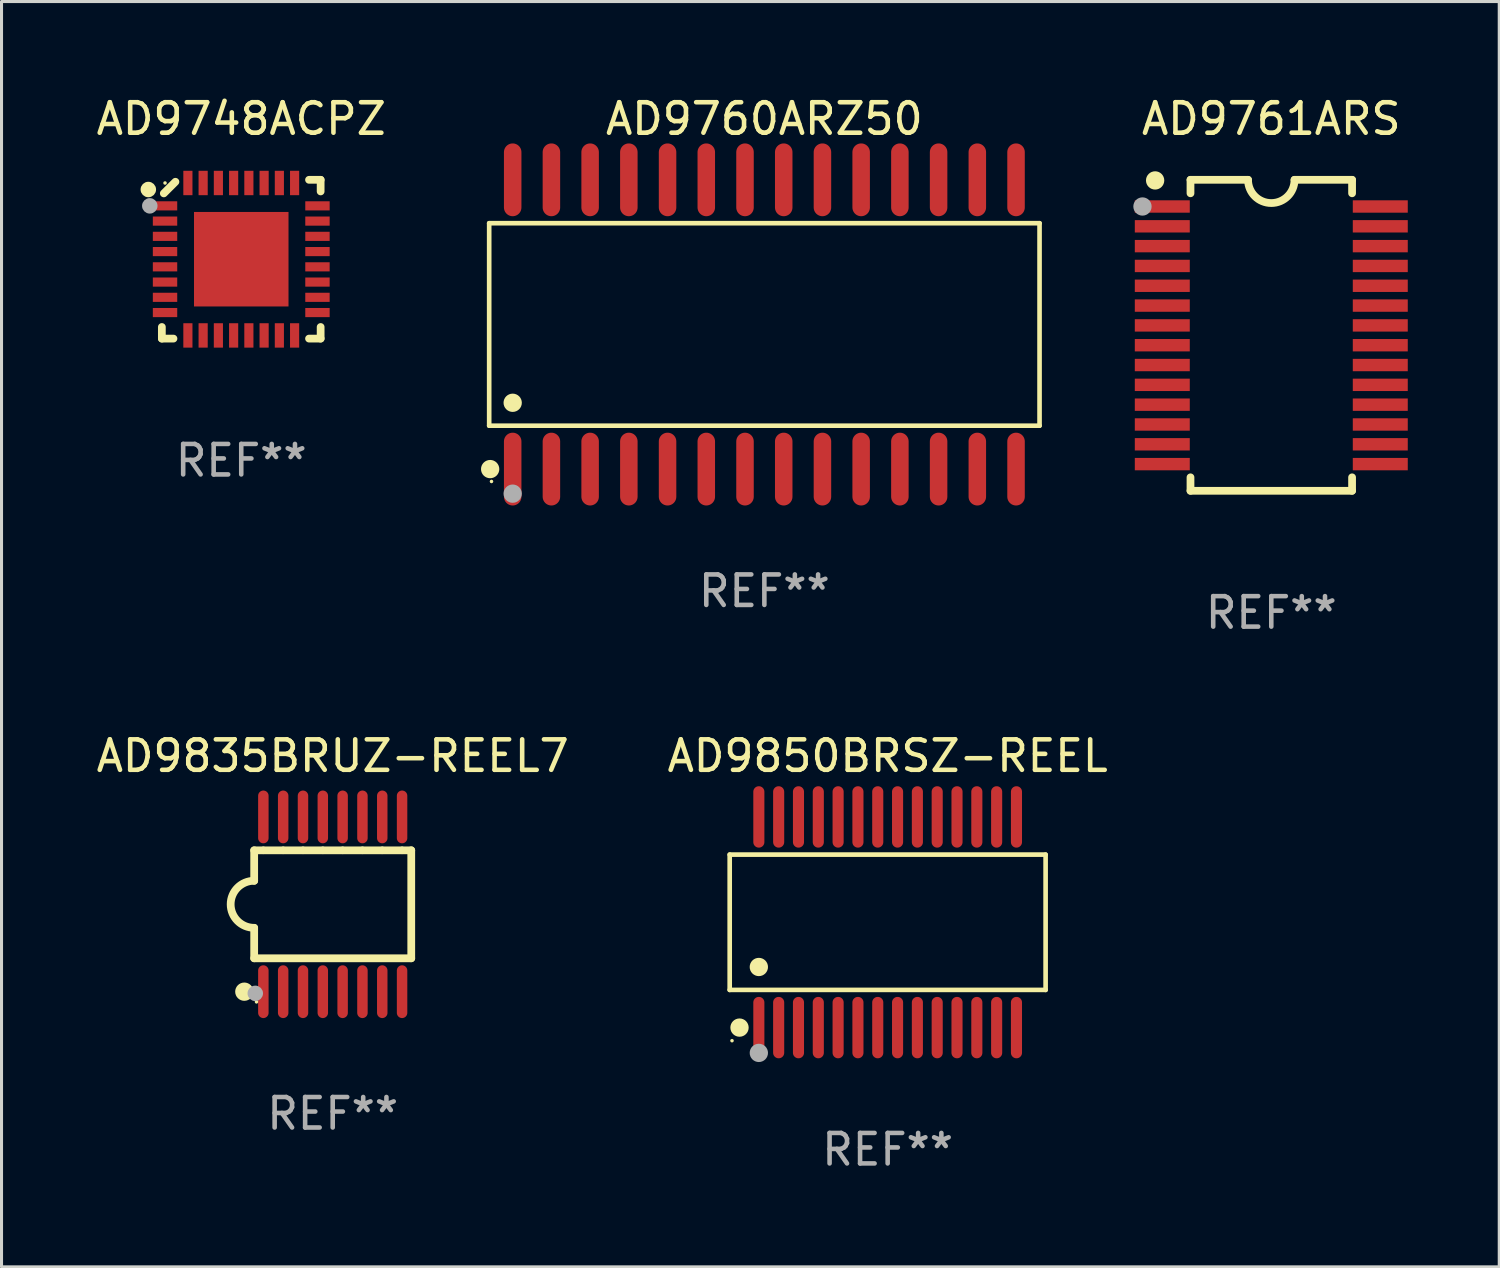
<source format=kicad_pcb>
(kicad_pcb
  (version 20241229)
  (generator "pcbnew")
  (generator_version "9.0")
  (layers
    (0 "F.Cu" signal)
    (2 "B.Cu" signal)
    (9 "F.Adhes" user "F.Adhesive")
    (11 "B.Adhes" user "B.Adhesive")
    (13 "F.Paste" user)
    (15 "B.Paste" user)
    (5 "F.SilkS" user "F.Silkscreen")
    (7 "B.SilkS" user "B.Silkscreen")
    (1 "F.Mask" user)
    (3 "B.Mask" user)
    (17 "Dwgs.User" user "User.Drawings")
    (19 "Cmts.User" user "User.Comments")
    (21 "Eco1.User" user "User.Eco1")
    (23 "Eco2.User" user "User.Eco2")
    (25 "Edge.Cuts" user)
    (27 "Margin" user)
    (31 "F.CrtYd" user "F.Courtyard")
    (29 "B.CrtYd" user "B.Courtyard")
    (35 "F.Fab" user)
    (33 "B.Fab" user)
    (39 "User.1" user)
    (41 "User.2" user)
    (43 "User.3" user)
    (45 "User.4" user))
  (footprint "AD9760ARZ50"
    (layer "F.Cu")
    (at 22.021 7.592)
    (property "Reference" "AD9760ARZ50" (at 0 -6.744 0) (layer "F.SilkS") (effects (font (size 1 1) (thickness 0.15))))
    (attr through_hole)
    (fp_line (start -9.026 -3.321) (end 9.026 -3.321) (stroke (width 0.152) (type solid)) (layer "F.SilkS"))
    (fp_line (start -9.026 3.321) (end -9.026 -3.321) (stroke (width 0.152) (type solid)) (layer "F.SilkS"))
    (fp_line (start 9.026 -3.321) (end 9.026 3.321) (stroke (width 0.152) (type solid)) (layer "F.SilkS"))
    (fp_line (start 9.026 3.321) (end -9.026 3.321) (stroke (width 0.152) (type solid)) (layer "F.SilkS"))
    (fp_circle (center -8.994 4.744) (end -8.844 4.744) (stroke (width 0.3) (type solid)) (fill no) (layer "F.SilkS"))
    (fp_circle (center -8.95 5.15) (end -8.92 5.15) (stroke (width 0.06) (type solid)) (fill no) (layer "F.SilkS"))
    (fp_circle (center -8.255 2.569) (end -8.105 2.569) (stroke (width 0.3) (type solid)) (fill no) (layer "F.SilkS"))
    (fp_circle (center -8.255 5.55) (end -8.105 5.55) (stroke (width 0.3) (type solid)) (fill no) (layer "F.Fab"))
    (fp_text user "REF**" (at 0 8.744 0) (layer "F.Fab") (effects (font (size 1 1) (thickness 0.15))))
    (pad "1" smd oval (at -8.255 4.744) (size 0.574 2.388) (layers "F.Cu" "F.Mask" "F.Paste"))
    (pad "2" smd oval (at -6.985 4.744) (size 0.574 2.388) (layers "F.Cu" "F.Mask" "F.Paste"))
    (pad "3" smd oval (at -5.715 4.744) (size 0.574 2.388) (layers "F.Cu" "F.Mask" "F.Paste"))
    (pad "4" smd oval (at -4.445 4.744) (size 0.574 2.388) (layers "F.Cu" "F.Mask" "F.Paste"))
    (pad "5" smd oval (at -3.175 4.744) (size 0.574 2.388) (layers "F.Cu" "F.Mask" "F.Paste"))
    (pad "6" smd oval (at -1.905 4.744) (size 0.574 2.388) (layers "F.Cu" "F.Mask" "F.Paste"))
    (pad "7" smd oval (at -0.635 4.744) (size 0.574 2.388) (layers "F.Cu" "F.Mask" "F.Paste"))
    (pad "8" smd oval (at 0.635 4.744) (size 0.574 2.388) (layers "F.Cu" "F.Mask" "F.Paste"))
    (pad "9" smd oval (at 1.905 4.744) (size 0.574 2.388) (layers "F.Cu" "F.Mask" "F.Paste"))
    (pad "10" smd oval (at 3.175 4.744) (size 0.574 2.388) (layers "F.Cu" "F.Mask" "F.Paste"))
    (pad "11" smd oval (at 4.445 4.744) (size 0.574 2.388) (layers "F.Cu" "F.Mask" "F.Paste"))
    (pad "12" smd oval (at 5.715 4.744) (size 0.574 2.388) (layers "F.Cu" "F.Mask" "F.Paste"))
    (pad "13" smd oval (at 6.985 4.744) (size 0.574 2.388) (layers "F.Cu" "F.Mask" "F.Paste"))
    (pad "14" smd oval (at 8.255 4.744) (size 0.574 2.388) (layers "F.Cu" "F.Mask" "F.Paste"))
    (pad "15" smd oval (at 8.255 -4.744) (size 0.574 2.388) (layers "F.Cu" "F.Mask" "F.Paste"))
    (pad "16" smd oval (at 6.985 -4.744) (size 0.574 2.388) (layers "F.Cu" "F.Mask" "F.Paste"))
    (pad "17" smd oval (at 5.715 -4.744) (size 0.574 2.388) (layers "F.Cu" "F.Mask" "F.Paste"))
    (pad "18" smd oval (at 4.445 -4.744) (size 0.574 2.388) (layers "F.Cu" "F.Mask" "F.Paste"))
    (pad "19" smd oval (at 3.175 -4.744) (size 0.574 2.388) (layers "F.Cu" "F.Mask" "F.Paste"))
    (pad "20" smd oval (at 1.905 -4.744) (size 0.574 2.388) (layers "F.Cu" "F.Mask" "F.Paste"))
    (pad "21" smd oval (at 0.635 -4.744) (size 0.574 2.388) (layers "F.Cu" "F.Mask" "F.Paste"))
    (pad "22" smd oval (at -0.635 -4.744) (size 0.574 2.388) (layers "F.Cu" "F.Mask" "F.Paste"))
    (pad "23" smd oval (at -1.905 -4.744) (size 0.574 2.388) (layers "F.Cu" "F.Mask" "F.Paste"))
    (pad "24" smd oval (at -3.175 -4.744) (size 0.574 2.388) (layers "F.Cu" "F.Mask" "F.Paste"))
    (pad "25" smd oval (at -4.445 -4.744) (size 0.574 2.388) (layers "F.Cu" "F.Mask" "F.Paste"))
    (pad "26" smd oval (at -5.715 -4.744) (size 0.574 2.388) (layers "F.Cu" "F.Mask" "F.Paste"))
    (pad "27" smd oval (at -6.985 -4.744) (size 0.574 2.388) (layers "F.Cu" "F.Mask" "F.Paste"))
    (pad "28" smd oval (at -8.255 -4.744) (size 0.574 2.388) (layers "F.Cu" "F.Mask" "F.Paste")))
  (footprint "AD9748ACPZ"
    (layer "F.Cu")
    (at 4.863 5.452)
    (property "Reference" "AD9748ACPZ" (at 0 -4.604 0) (layer "F.SilkS") (effects (font (size 1 1) (thickness 0.15))))
    (attr through_hole)
    (fp_line (start -2.604 2.223) (end -2.604 2.604) (stroke (width 0.254) (type solid)) (layer "F.SilkS"))
    (fp_line (start -2.604 2.604) (end -2.223 2.604) (stroke (width 0.254) (type solid)) (layer "F.SilkS"))
    (fp_line (start -2.159 -2.54) (end -2.54 -2.159) (stroke (width 0.254) (type solid)) (layer "F.SilkS"))
    (fp_line (start 2.223 2.604) (end 2.604 2.604) (stroke (width 0.254) (type solid)) (layer "F.SilkS"))
    (fp_line (start 2.604 -2.604) (end 2.223 -2.604) (stroke (width 0.254) (type solid)) (layer "F.SilkS"))
    (fp_line (start 2.604 -2.223) (end 2.604 -2.604) (stroke (width 0.254) (type solid)) (layer "F.SilkS"))
    (fp_line (start 2.604 2.604) (end 2.604 2.223) (stroke (width 0.254) (type solid)) (layer "F.SilkS"))
    (fp_circle (center -3.048 -2.286) (end -2.921 -2.286) (stroke (width 0.254) (type solid)) (fill no) (layer "F.SilkS"))
    (fp_circle (center -2.5 -2.5) (end -2.47 -2.5) (stroke (width 0.06) (type solid)) (fill no) (layer "F.SilkS"))
    (fp_circle (center -3 -1.75) (end -2.873 -1.75) (stroke (width 0.254) (type solid)) (fill no) (layer "F.Fab"))
    (fp_text user "REF**" (at 0 6.604 0) (layer "F.Fab") (effects (font (size 1 1) (thickness 0.15))))
    (pad "1" smd rect (at -2.5 -1.75 270) (size 0.3 0.8) (layers "F.Cu" "F.Mask" "F.Paste"))
    (pad "2" smd rect (at -2.5 -1.25 270) (size 0.3 0.8) (layers "F.Cu" "F.Mask" "F.Paste"))
    (pad "3" smd rect (at -2.5 -0.75 270) (size 0.3 0.8) (layers "F.Cu" "F.Mask" "F.Paste"))
    (pad "4" smd rect (at -2.5 -0.25 270) (size 0.3 0.8) (layers "F.Cu" "F.Mask" "F.Paste"))
    (pad "5" smd rect (at -2.5 0.25 270) (size 0.3 0.8) (layers "F.Cu" "F.Mask" "F.Paste"))
    (pad "6" smd rect (at -2.5 0.75 270) (size 0.3 0.8) (layers "F.Cu" "F.Mask" "F.Paste"))
    (pad "7" smd rect (at -2.5 1.25 270) (size 0.3 0.8) (layers "F.Cu" "F.Mask" "F.Paste"))
    (pad "8" smd rect (at -2.5 1.75 270) (size 0.3 0.8) (layers "F.Cu" "F.Mask" "F.Paste"))
    (pad "9" smd rect (at -1.75 2.5 270) (size 0.8 0.3) (layers "F.Cu" "F.Mask" "F.Paste"))
    (pad "10" smd rect (at -1.25 2.5 270) (size 0.8 0.3) (layers "F.Cu" "F.Mask" "F.Paste"))
    (pad "11" smd rect (at -0.75 2.5 270) (size 0.8 0.3) (layers "F.Cu" "F.Mask" "F.Paste"))
    (pad "12" smd rect (at -0.25 2.5 270) (size 0.8 0.3) (layers "F.Cu" "F.Mask" "F.Paste"))
    (pad "13" smd rect (at 0.25 2.5 270) (size 0.8 0.3) (layers "F.Cu" "F.Mask" "F.Paste"))
    (pad "14" smd rect (at 0.75 2.5 270) (size 0.8 0.3) (layers "F.Cu" "F.Mask" "F.Paste"))
    (pad "15" smd rect (at 1.25 2.5 270) (size 0.8 0.3) (layers "F.Cu" "F.Mask" "F.Paste"))
    (pad "16" smd rect (at 1.75 2.5 270) (size 0.8 0.3) (layers "F.Cu" "F.Mask" "F.Paste"))
    (pad "17" smd rect (at 2.5 1.75 270) (size 0.3 0.8) (layers "F.Cu" "F.Mask" "F.Paste"))
    (pad "18" smd rect (at 2.5 1.25 270) (size 0.3 0.8) (layers "F.Cu" "F.Mask" "F.Paste"))
    (pad "19" smd rect (at 2.5 0.75 270) (size 0.3 0.8) (layers "F.Cu" "F.Mask" "F.Paste"))
    (pad "20" smd rect (at 2.5 0.25 270) (size 0.3 0.8) (layers "F.Cu" "F.Mask" "F.Paste"))
    (pad "21" smd rect (at 2.5 -0.25 270) (size 0.3 0.8) (layers "F.Cu" "F.Mask" "F.Paste"))
    (pad "22" smd rect (at 2.5 -0.75 270) (size 0.3 0.8) (layers "F.Cu" "F.Mask" "F.Paste"))
    (pad "23" smd rect (at 2.5 -1.25 270) (size 0.3 0.8) (layers "F.Cu" "F.Mask" "F.Paste"))
    (pad "24" smd rect (at 2.5 -1.75 270) (size 0.3 0.8) (layers "F.Cu" "F.Mask" "F.Paste"))
    (pad "25" smd rect (at 1.75 -2.5 270) (size 0.8 0.3) (layers "F.Cu" "F.Mask" "F.Paste"))
    (pad "26" smd rect (at 1.25 -2.5 270) (size 0.8 0.3) (layers "F.Cu" "F.Mask" "F.Paste"))
    (pad "27" smd rect (at 0.75 -2.5 270) (size 0.8 0.3) (layers "F.Cu" "F.Mask" "F.Paste"))
    (pad "28" smd rect (at 0.25 -2.5 270) (size 0.8 0.3) (layers "F.Cu" "F.Mask" "F.Paste"))
    (pad "29" smd rect (at -0.25 -2.5 270) (size 0.8 0.3) (layers "F.Cu" "F.Mask" "F.Paste"))
    (pad "30" smd rect (at -0.75 -2.5 270) (size 0.8 0.3) (layers "F.Cu" "F.Mask" "F.Paste"))
    (pad "31" smd rect (at -1.25 -2.5 270) (size 0.8 0.3) (layers "F.Cu" "F.Mask" "F.Paste"))
    (pad "32" smd rect (at -1.75 -2.5 270) (size 0.8 0.3) (layers "F.Cu" "F.Mask" "F.Paste"))
    (pad "33" smd rect (at 0.000025 0 270) (size 3.1 3.1) (layers "F.Cu" "F.Mask" "F.Paste")))
  (footprint "AD9761ARS"
    (layer "F.Cu")
    (at 38.648 7.948)
    (property "Reference" "AD9761ARS" (at 0 -7.1 0) (layer "F.SilkS") (effects (font (size 1 1) (thickness 0.15))))
    (attr through_hole)
    (fp_line (start -2.65 -5.1) (end -0.762 -5.1) (stroke (width 0.254) (type solid)) (layer "F.SilkS"))
    (fp_line (start -2.65 -4.658) (end -2.65 -5.1) (stroke (width 0.254) (type solid)) (layer "F.SilkS"))
    (fp_line (start -2.65 5.1) (end -2.65 4.658) (stroke (width 0.254) (type solid)) (layer "F.SilkS"))
    (fp_line (start -2.65 5.1) (end 2.65 5.1) (stroke (width 0.254) (type solid)) (layer "F.SilkS"))
    (fp_line (start 2.65 -5.1) (end 0.762 -5.1) (stroke (width 0.254) (type solid)) (layer "F.SilkS"))
    (fp_line (start 2.65 -5.1) (end 2.65 -4.658) (stroke (width 0.254) (type solid)) (layer "F.SilkS"))
    (fp_line (start 2.65 4.658) (end 2.65 5.1) (stroke (width 0.254) (type solid)) (layer "F.SilkS"))
    (fp_arc (start 0.761925 -5.1) (mid -0.000241 -4.338329) (end -0.762077 -5.10033) (stroke (width 0.254001) (type solid)) (layer "F.SilkS"))
    (fp_circle (center -3.858 -5.07) (end -3.828 -5.07) (stroke (width 0.06) (type solid)) (fill no) (layer "F.SilkS"))
    (fp_circle (center -3.81 -5.08) (end -3.66 -5.08) (stroke (width 0.3) (type solid)) (fill no) (layer "F.SilkS"))
    (fp_circle (center -4.225 -4.225) (end -4.075 -4.225) (stroke (width 0.3) (type solid)) (fill no) (layer "F.Fab"))
    (fp_text user "REF**" (at 0 9.1 0) (layer "F.Fab") (effects (font (size 1 1) (thickness 0.15))))
    (pad "1" smd rect (at -3.575 -4.225) (size 1.803 0.406) (layers "F.Cu" "F.Mask" "F.Paste"))
    (pad "2" smd rect (at -3.575 -3.575) (size 1.803 0.406) (layers "F.Cu" "F.Mask" "F.Paste"))
    (pad "3" smd rect (at -3.575 -2.925) (size 1.803 0.406) (layers "F.Cu" "F.Mask" "F.Paste"))
    (pad "4" smd rect (at -3.575 -2.275) (size 1.803 0.406) (layers "F.Cu" "F.Mask" "F.Paste"))
    (pad "5" smd rect (at -3.575 -1.625) (size 1.803 0.406) (layers "F.Cu" "F.Mask" "F.Paste"))
    (pad "6" smd rect (at -3.575 -0.975) (size 1.803 0.406) (layers "F.Cu" "F.Mask" "F.Paste"))
    (pad "7" smd rect (at -3.575 -0.325) (size 1.803 0.406) (layers "F.Cu" "F.Mask" "F.Paste"))
    (pad "8" smd rect (at -3.575 0.325) (size 1.803 0.406) (layers "F.Cu" "F.Mask" "F.Paste"))
    (pad "9" smd rect (at -3.575 0.975) (size 1.803 0.406) (layers "F.Cu" "F.Mask" "F.Paste"))
    (pad "10" smd rect (at -3.575 1.625) (size 1.803 0.406) (layers "F.Cu" "F.Mask" "F.Paste"))
    (pad "11" smd rect (at -3.575 2.275) (size 1.803 0.406) (layers "F.Cu" "F.Mask" "F.Paste"))
    (pad "12" smd rect (at -3.575 2.925) (size 1.803 0.406) (layers "F.Cu" "F.Mask" "F.Paste"))
    (pad "13" smd rect (at -3.575 3.575) (size 1.803 0.406) (layers "F.Cu" "F.Mask" "F.Paste"))
    (pad "14" smd rect (at -3.575 4.225) (size 1.803 0.406) (layers "F.Cu" "F.Mask" "F.Paste"))
    (pad "15" smd rect (at 3.575 4.225) (size 1.803 0.406) (layers "F.Cu" "F.Mask" "F.Paste"))
    (pad "16" smd rect (at 3.575 3.575) (size 1.803 0.406) (layers "F.Cu" "F.Mask" "F.Paste"))
    (pad "17" smd rect (at 3.575 2.925) (size 1.803 0.406) (layers "F.Cu" "F.Mask" "F.Paste"))
    (pad "18" smd rect (at 3.575 2.275) (size 1.803 0.406) (layers "F.Cu" "F.Mask" "F.Paste"))
    (pad "19" smd rect (at 3.575 1.625) (size 1.803 0.406) (layers "F.Cu" "F.Mask" "F.Paste"))
    (pad "20" smd rect (at 3.575 0.975) (size 1.803 0.406) (layers "F.Cu" "F.Mask" "F.Paste"))
    (pad "21" smd rect (at 3.575 0.325) (size 1.803 0.406) (layers "F.Cu" "F.Mask" "F.Paste"))
    (pad "22" smd rect (at 3.575 -0.325) (size 1.803 0.406) (layers "F.Cu" "F.Mask" "F.Paste"))
    (pad "23" smd rect (at 3.575 -0.975) (size 1.803 0.406) (layers "F.Cu" "F.Mask" "F.Paste"))
    (pad "24" smd rect (at 3.575 -1.625) (size 1.803 0.406) (layers "F.Cu" "F.Mask" "F.Paste"))
    (pad "25" smd rect (at 3.575 -2.275) (size 1.803 0.406) (layers "F.Cu" "F.Mask" "F.Paste"))
    (pad "26" smd rect (at 3.575 -2.925) (size 1.803 0.406) (layers "F.Cu" "F.Mask" "F.Paste"))
    (pad "27" smd rect (at 3.575 -3.575) (size 1.803 0.406) (layers "F.Cu" "F.Mask" "F.Paste"))
    (pad "28" smd rect (at 3.575 -4.225) (size 1.803 0.406) (layers "F.Cu" "F.Mask" "F.Paste")))
  (footprint "AD9835BRUZ-REEL7"
    (layer "F.Cu")
    (at 7.863 26.611)
    (property "Reference" "AD9835BRUZ-REEL7" (at 0 -4.866 0) (layer "F.SilkS") (effects (font (size 1 1) (thickness 0.15))))
    (attr through_hole)
    (fp_line (start -2.576 -1.771) (end -2.576 -0.771) (stroke (width 0.254) (type solid)) (layer "F.SilkS"))
    (fp_line (start -2.576 -1.771) (end -2.289 -1.771) (stroke (width 0.254) (type solid)) (layer "F.SilkS"))
    (fp_line (start -2.576 1.771) (end -2.576 0.771) (stroke (width 0.254) (type solid)) (layer "F.SilkS"))
    (fp_line (start -2.261 -1.771) (end -1.639 -1.771) (stroke (width 0.254) (type solid)) (layer "F.SilkS"))
    (fp_line (start -1.612 -1.771) (end -0.989 -1.771) (stroke (width 0.254) (type solid)) (layer "F.SilkS"))
    (fp_line (start -0.962 -1.771) (end -0.338 -1.771) (stroke (width 0.254) (type solid)) (layer "F.SilkS"))
    (fp_line (start -0.311 -1.771) (end 0.312 -1.771) (stroke (width 0.254) (type solid)) (layer "F.SilkS"))
    (fp_line (start 0.339 -1.771) (end 0.962 -1.771) (stroke (width 0.254) (type solid)) (layer "F.SilkS"))
    (fp_line (start 0.989 -1.771) (end 1.612 -1.771) (stroke (width 0.254) (type solid)) (layer "F.SilkS"))
    (fp_line (start 1.639 -1.771) (end 2.261 -1.771) (stroke (width 0.254) (type solid)) (layer "F.SilkS"))
    (fp_line (start 2.289 -1.771) (end 2.576 -1.771) (stroke (width 0.254) (type solid)) (layer "F.SilkS"))
    (fp_line (start 2.576 -1.771) (end 2.576 1.771) (stroke (width 0.254) (type solid)) (layer "F.SilkS"))
    (fp_line (start 2.576 1.771) (end -2.576 1.771) (stroke (width 0.254) (type solid)) (layer "F.SilkS"))
    (fp_arc (start -2.576226 0.7714) (mid -3.346889 -0.000648) (end -2.575311 -0.771781) (stroke (width 0.254001) (type solid)) (layer "F.SilkS"))
    (fp_circle (center -2.899 2.866) (end -2.749 2.866) (stroke (width 0.3) (type solid)) (fill no) (layer "F.SilkS"))
    (fp_circle (center -2.5 3.2) (end -2.47 3.2) (stroke (width 0.06) (type solid)) (fill no) (layer "F.SilkS"))
    (fp_circle (center -2.54 2.921) (end -2.413 2.921) (stroke (width 0.254) (type solid)) (fill no) (layer "F.Fab"))
    (fp_text user "REF**" (at 0 6.866 0) (layer "F.Fab") (effects (font (size 1 1) (thickness 0.15))))
    (pad "1" smd oval (at -2.275 2.866) (size 0.343 1.731) (layers "F.Cu" "F.Mask" "F.Paste"))
    (pad "2" smd oval (at -1.625 2.866) (size 0.343 1.731) (layers "F.Cu" "F.Mask" "F.Paste"))
    (pad "3" smd oval (at -0.975 2.866) (size 0.343 1.731) (layers "F.Cu" "F.Mask" "F.Paste"))
    (pad "4" smd oval (at -0.325 2.866) (size 0.343 1.731) (layers "F.Cu" "F.Mask" "F.Paste"))
    (pad "5" smd oval (at 0.325 2.866) (size 0.343 1.731) (layers "F.Cu" "F.Mask" "F.Paste"))
    (pad "6" smd oval (at 0.975 2.866) (size 0.343 1.731) (layers "F.Cu" "F.Mask" "F.Paste"))
    (pad "7" smd oval (at 1.625 2.866) (size 0.343 1.731) (layers "F.Cu" "F.Mask" "F.Paste"))
    (pad "8" smd oval (at 2.275 2.866) (size 0.343 1.731) (layers "F.Cu" "F.Mask" "F.Paste"))
    (pad "9" smd oval (at 2.275 -2.866) (size 0.343 1.731) (layers "F.Cu" "F.Mask" "F.Paste"))
    (pad "10" smd oval (at 1.625 -2.866) (size 0.343 1.731) (layers "F.Cu" "F.Mask" "F.Paste"))
    (pad "11" smd oval (at 0.975 -2.866) (size 0.343 1.731) (layers "F.Cu" "F.Mask" "F.Paste"))
    (pad "12" smd oval (at 0.325 -2.866) (size 0.343 1.731) (layers "F.Cu" "F.Mask" "F.Paste"))
    (pad "13" smd oval (at -0.325 -2.866) (size 0.343 1.731) (layers "F.Cu" "F.Mask" "F.Paste"))
    (pad "14" smd oval (at -0.975 -2.866) (size 0.343 1.731) (layers "F.Cu" "F.Mask" "F.Paste"))
    (pad "15" smd oval (at -1.625 -2.866) (size 0.343 1.731) (layers "F.Cu" "F.Mask" "F.Paste"))
    (pad "16" smd oval (at -2.275 -2.866) (size 0.343 1.731) (layers "F.Cu" "F.Mask" "F.Paste")))
  (footprint "AD9850BRSZ-REEL"
    (layer "F.Cu")
    (at 26.065 27.2)
    (property "Reference" "AD9850BRSZ-REEL" (at 0 -5.455 0) (layer "F.SilkS") (effects (font (size 1 1) (thickness 0.15))))
    (attr through_hole)
    (fp_line (start -5.181 -2.219) (end 5.181 -2.219) (stroke (width 0.152) (type solid)) (layer "F.SilkS"))
    (fp_line (start -5.181 2.219) (end -5.181 -2.219) (stroke (width 0.152) (type solid)) (layer "F.SilkS"))
    (fp_line (start 5.181 -2.219) (end 5.181 2.219) (stroke (width 0.152) (type solid)) (layer "F.SilkS"))
    (fp_line (start 5.181 2.219) (end -5.181 2.219) (stroke (width 0.152) (type solid)) (layer "F.SilkS"))
    (fp_circle (center -5.105 3.885) (end -5.075 3.885) (stroke (width 0.06) (type solid)) (fill no) (layer "F.SilkS"))
    (fp_circle (center -4.859 3.455) (end -4.709 3.455) (stroke (width 0.3) (type solid)) (fill no) (layer "F.SilkS"))
    (fp_circle (center -4.225 1.467) (end -4.075 1.467) (stroke (width 0.3) (type solid)) (fill no) (layer "F.SilkS"))
    (fp_circle (center -4.225 4.285) (end -4.075 4.285) (stroke (width 0.3) (type solid)) (fill no) (layer "F.Fab"))
    (fp_text user "REF**" (at 0 7.455 0) (layer "F.Fab") (effects (font (size 1 1) (thickness 0.15))))
    (pad "1" smd oval (at -4.225 3.455) (size 0.364 2.015) (layers "F.Cu" "F.Mask" "F.Paste"))
    (pad "2" smd oval (at -3.575 3.455) (size 0.364 2.015) (layers "F.Cu" "F.Mask" "F.Paste"))
    (pad "3" smd oval (at -2.925 3.455) (size 0.364 2.015) (layers "F.Cu" "F.Mask" "F.Paste"))
    (pad "4" smd oval (at -2.275 3.455) (size 0.364 2.015) (layers "F.Cu" "F.Mask" "F.Paste"))
    (pad "5" smd oval (at -1.625 3.455) (size 0.364 2.015) (layers "F.Cu" "F.Mask" "F.Paste"))
    (pad "6" smd oval (at -0.975 3.455) (size 0.364 2.015) (layers "F.Cu" "F.Mask" "F.Paste"))
    (pad "7" smd oval (at -0.325 3.455) (size 0.364 2.015) (layers "F.Cu" "F.Mask" "F.Paste"))
    (pad "8" smd oval (at 0.325 3.455) (size 0.364 2.015) (layers "F.Cu" "F.Mask" "F.Paste"))
    (pad "9" smd oval (at 0.975 3.455) (size 0.364 2.015) (layers "F.Cu" "F.Mask" "F.Paste"))
    (pad "10" smd oval (at 1.625 3.455) (size 0.364 2.015) (layers "F.Cu" "F.Mask" "F.Paste"))
    (pad "11" smd oval (at 2.275 3.455) (size 0.364 2.015) (layers "F.Cu" "F.Mask" "F.Paste"))
    (pad "12" smd oval (at 2.925 3.455) (size 0.364 2.015) (layers "F.Cu" "F.Mask" "F.Paste"))
    (pad "13" smd oval (at 3.575 3.455) (size 0.364 2.015) (layers "F.Cu" "F.Mask" "F.Paste"))
    (pad "14" smd oval (at 4.225 3.455) (size 0.364 2.015) (layers "F.Cu" "F.Mask" "F.Paste"))
    (pad "15" smd oval (at 4.225 -3.455) (size 0.364 2.015) (layers "F.Cu" "F.Mask" "F.Paste"))
    (pad "16" smd oval (at 3.575 -3.455) (size 0.364 2.015) (layers "F.Cu" "F.Mask" "F.Paste"))
    (pad "17" smd oval (at 2.925 -3.455) (size 0.364 2.015) (layers "F.Cu" "F.Mask" "F.Paste"))
    (pad "18" smd oval (at 2.275 -3.455) (size 0.364 2.015) (layers "F.Cu" "F.Mask" "F.Paste"))
    (pad "19" smd oval (at 1.625 -3.455) (size 0.364 2.015) (layers "F.Cu" "F.Mask" "F.Paste"))
    (pad "20" smd oval (at 0.975 -3.455) (size 0.364 2.015) (layers "F.Cu" "F.Mask" "F.Paste"))
    (pad "21" smd oval (at 0.325 -3.455) (size 0.364 2.015) (layers "F.Cu" "F.Mask" "F.Paste"))
    (pad "22" smd oval (at -0.325 -3.455) (size 0.364 2.015) (layers "F.Cu" "F.Mask" "F.Paste"))
    (pad "23" smd oval (at -0.975 -3.455) (size 0.364 2.015) (layers "F.Cu" "F.Mask" "F.Paste"))
    (pad "24" smd oval (at -1.625 -3.455) (size 0.364 2.015) (layers "F.Cu" "F.Mask" "F.Paste"))
    (pad "25" smd oval (at -2.275 -3.455) (size 0.364 2.015) (layers "F.Cu" "F.Mask" "F.Paste"))
    (pad "26" smd oval (at -2.925 -3.455) (size 0.364 2.015) (layers "F.Cu" "F.Mask" "F.Paste"))
    (pad "27" smd oval (at -3.575 -3.455) (size 0.364 2.015) (layers "F.Cu" "F.Mask" "F.Paste"))
    (pad "28" smd oval (at -4.225 -3.455) (size 0.364 2.015) (layers "F.Cu" "F.Mask" "F.Paste")))
  (gr_rect
    (start -3 -3)
    (end 46.125 38.503)
    (stroke (width 0.1) (type default))
    (fill no)
    (layer "Edge.Cuts")))
</source>
